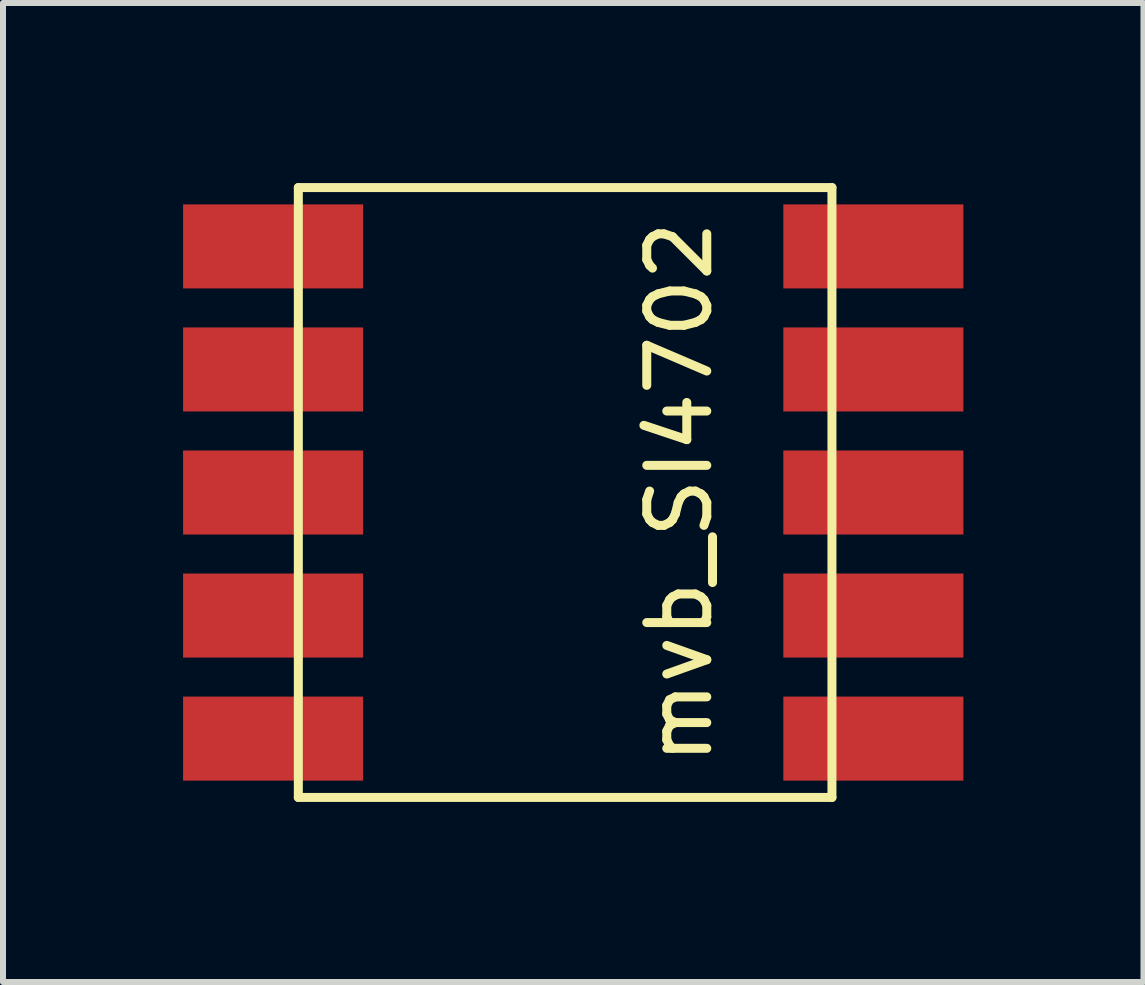
<source format=kicad_pcb>
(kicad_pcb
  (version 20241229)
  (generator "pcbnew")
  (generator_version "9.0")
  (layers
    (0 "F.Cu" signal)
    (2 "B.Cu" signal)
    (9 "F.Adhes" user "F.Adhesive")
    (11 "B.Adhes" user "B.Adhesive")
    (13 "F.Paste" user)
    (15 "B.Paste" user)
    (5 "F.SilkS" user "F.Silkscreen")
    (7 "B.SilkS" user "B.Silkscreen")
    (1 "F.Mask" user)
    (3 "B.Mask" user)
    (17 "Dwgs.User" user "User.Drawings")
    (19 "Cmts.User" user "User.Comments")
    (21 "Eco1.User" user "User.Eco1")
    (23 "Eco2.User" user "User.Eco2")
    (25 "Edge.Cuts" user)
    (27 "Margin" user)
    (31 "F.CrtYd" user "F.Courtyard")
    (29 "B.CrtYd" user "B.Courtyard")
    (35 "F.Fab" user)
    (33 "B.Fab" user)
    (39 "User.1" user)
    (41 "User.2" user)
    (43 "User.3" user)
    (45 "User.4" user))
  (footprint "mvb_SI4702"
    (layer "F.Cu")
    (at 7 5.155)
    (property "Reference" "mvb_SI4702" (at 1.27 0 90) (layer "F.SilkS") (effects (font (size 1 1) (thickness 0.15))))
    (attr through_hole)
    (fp_line (start -5.08 -5.08) (end 3.81 -5.08) (stroke (width 0.15) (type solid)) (layer "F.SilkS"))
    (fp_line (start -5.08 5.08) (end -5.08 -5.08) (stroke (width 0.15) (type solid)) (layer "F.SilkS"))
    (fp_line (start 3.81 -5.08) (end 3.81 5.08) (stroke (width 0.15) (type solid)) (layer "F.SilkS"))
    (fp_line (start 3.81 5.08) (end -5.08 5.08) (stroke (width 0.15) (type solid)) (layer "F.SilkS"))
    (pad "1" smd rect (at -5.5 -4.1) (size 3 1.4) (layers "F.Cu" "F.Mask" "F.Paste"))
    (pad "2" smd rect (at -5.5 -2.05) (size 3 1.4) (layers "F.Cu" "F.Mask" "F.Paste"))
    (pad "3" smd rect (at -5.5 0) (size 3 1.4) (layers "F.Cu" "F.Mask" "F.Paste"))
    (pad "4" smd rect (at -5.5 2.05) (size 3 1.4) (layers "F.Cu" "F.Mask" "F.Paste"))
    (pad "5" smd rect (at -5.5 4.1) (size 3 1.4) (layers "F.Cu" "F.Mask" "F.Paste"))
    (pad "6" smd rect (at 4.5 4.1) (size 3 1.4) (layers "F.Cu" "F.Mask" "F.Paste"))
    (pad "7" smd rect (at 4.5 2.05) (size 3 1.4) (layers "F.Cu" "F.Mask" "F.Paste"))
    (pad "8" smd rect (at 4.5 0) (size 3 1.4) (layers "F.Cu" "F.Mask" "F.Paste"))
    (pad "9" smd rect (at 4.5 -2.05) (size 3 1.4) (layers "F.Cu" "F.Mask" "F.Paste"))
    (pad "10" smd rect (at 4.5 -4.1) (size 3 1.4) (layers "F.Cu" "F.Mask" "F.Paste")))
  (gr_rect
    (start -3 -3)
    (end 16 13.31)
    (stroke (width 0.1) (type default))
    (fill no)
    (layer "Edge.Cuts")))
</source>
